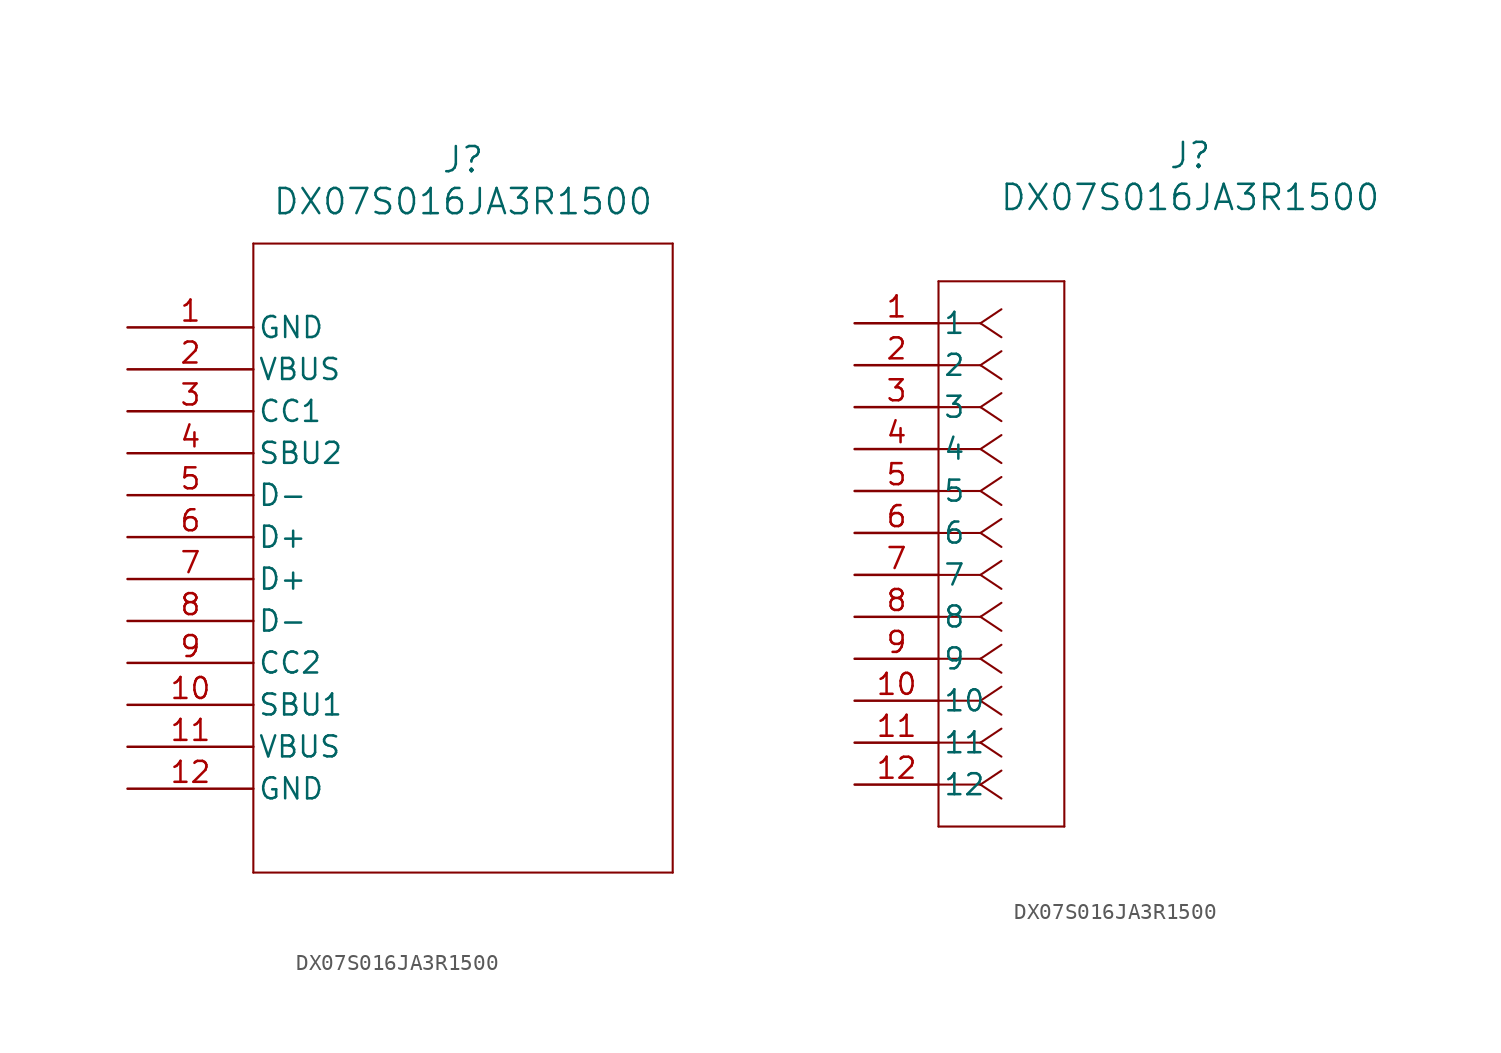
<source format=kicad_sym>
(kicad_symbol_lib
  (version 20241209)
  (generator "kicad_symbol_editor")
  (generator_version "9.0")
  (symbol "DX07S016JA3R1500"
    (pin_names
      (offset 0.254))
    (property "Reference" "J"
      (at 20.32 10.16 0)
      (effects (font (size 1.524 1.524))))
    (property "Value" "DX07S016JA3R1500"
      (at 20.32 7.62 0)
      (effects (font (size 1.524 1.524))))
    (property "ki_locked" ""
      (at 0 0 0)
      (effects (font (size 1.27 1.27))))
    (symbol "DX07S016JA3R1500_1_1"
      (polyline (pts (xy 7.62 5.08) (xy 7.62 -33.02)) (stroke (width 0.127) (type default)) (fill (type none)))
      (polyline (pts (xy 7.62 -33.02) (xy 33.02 -33.02)) (stroke (width 0.127) (type default)) (fill (type none)))
      (polyline (pts (xy 33.02 5.08) (xy 7.62 5.08)) (stroke (width 0.127) (type default)) (fill (type none)))
      (polyline (pts (xy 33.02 -33.02) (xy 33.02 5.08)) (stroke (width 0.127) (type default)) (fill (type none)))
      (pin power_out line (at 0 0 0) (length 7.62) (name "GND" (effects (font (size 1.27 1.27)))) (number "1" (effects (font (size 1.27 1.27)))))
      (pin power_in line (at 0 -2.54 0) (length 7.62) (name "VBUS" (effects (font (size 1.27 1.27)))) (number "2" (effects (font (size 1.27 1.27)))))
      (pin bidirectional line (at 0 -5.08 0) (length 7.62) (name "CC1" (effects (font (size 1.27 1.27)))) (number "3" (effects (font (size 1.27 1.27)))))
      (pin bidirectional line (at 0 -7.62 0) (length 7.62) (name "SBU2" (effects (font (size 1.27 1.27)))) (number "4" (effects (font (size 1.27 1.27)))))
      (pin bidirectional line (at 0 -10.16 0) (length 7.62) (name "D-" (effects (font (size 1.27 1.27)))) (number "5" (effects (font (size 1.27 1.27)))))
      (pin bidirectional line (at 0 -12.7 0) (length 7.62) (name "D+" (effects (font (size 1.27 1.27)))) (number "6" (effects (font (size 1.27 1.27)))))
      (pin bidirectional line (at 0 -15.24 0) (length 7.62) (name "D+" (effects (font (size 1.27 1.27)))) (number "7" (effects (font (size 1.27 1.27)))))
      (pin bidirectional line (at 0 -17.78 0) (length 7.62) (name "D-" (effects (font (size 1.27 1.27)))) (number "8" (effects (font (size 1.27 1.27)))))
      (pin bidirectional line (at 0 -20.32 0) (length 7.62) (name "CC2" (effects (font (size 1.27 1.27)))) (number "9" (effects (font (size 1.27 1.27)))))
      (pin bidirectional line (at 0 -22.86 0) (length 7.62) (name "SBU1" (effects (font (size 1.27 1.27)))) (number "10" (effects (font (size 1.27 1.27)))))
      (pin power_in line (at 0 -25.4 0) (length 7.62) (name "VBUS" (effects (font (size 1.27 1.27)))) (number "11" (effects (font (size 1.27 1.27)))))
      (pin power_out line (at 0 -27.94 0) (length 7.62) (name "GND" (effects (font (size 1.27 1.27)))) (number "12" (effects (font (size 1.27 1.27))))))
    (symbol "DX07S016JA3R1500_1_2"
      (polyline (pts (xy 5.08 2.54) (xy 5.08 -30.48)) (stroke (width 0.127) (type default)) (fill (type none)))
      (polyline (pts (xy 5.08 -30.48) (xy 12.7 -30.48)) (stroke (width 0.127) (type default)) (fill (type none)))
      (polyline (pts (xy 7.62 0) (xy 5.08 0)) (stroke (width 0.127) (type default)) (fill (type none)))
      (polyline (pts (xy 7.62 0) (xy 8.89 0.847)) (stroke (width 0.127) (type default)) (fill (type none)))
      (polyline (pts (xy 7.62 0) (xy 8.89 -0.847)) (stroke (width 0.127) (type default)) (fill (type none)))
      (polyline (pts (xy 7.62 -2.54) (xy 5.08 -2.54)) (stroke (width 0.127) (type default)) (fill (type none)))
      (polyline (pts (xy 7.62 -2.54) (xy 8.89 -1.693)) (stroke (width 0.127) (type default)) (fill (type none)))
      (polyline (pts (xy 7.62 -2.54) (xy 8.89 -3.387)) (stroke (width 0.127) (type default)) (fill (type none)))
      (polyline (pts (xy 7.62 -5.08) (xy 5.08 -5.08)) (stroke (width 0.127) (type default)) (fill (type none)))
      (polyline (pts (xy 7.62 -5.08) (xy 8.89 -4.233)) (stroke (width 0.127) (type default)) (fill (type none)))
      (polyline (pts (xy 7.62 -5.08) (xy 8.89 -5.927)) (stroke (width 0.127) (type default)) (fill (type none)))
      (polyline (pts (xy 7.62 -7.62) (xy 5.08 -7.62)) (stroke (width 0.127) (type default)) (fill (type none)))
      (polyline (pts (xy 7.62 -7.62) (xy 8.89 -6.773)) (stroke (width 0.127) (type default)) (fill (type none)))
      (polyline (pts (xy 7.62 -7.62) (xy 8.89 -8.467)) (stroke (width 0.127) (type default)) (fill (type none)))
      (polyline (pts (xy 7.62 -10.16) (xy 5.08 -10.16)) (stroke (width 0.127) (type default)) (fill (type none)))
      (polyline (pts (xy 7.62 -10.16) (xy 8.89 -9.313)) (stroke (width 0.127) (type default)) (fill (type none)))
      (polyline (pts (xy 7.62 -10.16) (xy 8.89 -11.007)) (stroke (width 0.127) (type default)) (fill (type none)))
      (polyline (pts (xy 7.62 -12.7) (xy 5.08 -12.7)) (stroke (width 0.127) (type default)) (fill (type none)))
      (polyline (pts (xy 7.62 -12.7) (xy 8.89 -11.853)) (stroke (width 0.127) (type default)) (fill (type none)))
      (polyline (pts (xy 7.62 -12.7) (xy 8.89 -13.547)) (stroke (width 0.127) (type default)) (fill (type none)))
      (polyline (pts (xy 7.62 -15.24) (xy 5.08 -15.24)) (stroke (width 0.127) (type default)) (fill (type none)))
      (polyline (pts (xy 7.62 -15.24) (xy 8.89 -14.393)) (stroke (width 0.127) (type default)) (fill (type none)))
      (polyline (pts (xy 7.62 -15.24) (xy 8.89 -16.087)) (stroke (width 0.127) (type default)) (fill (type none)))
      (polyline (pts (xy 7.62 -17.78) (xy 5.08 -17.78)) (stroke (width 0.127) (type default)) (fill (type none)))
      (polyline (pts (xy 7.62 -17.78) (xy 8.89 -16.933)) (stroke (width 0.127) (type default)) (fill (type none)))
      (polyline (pts (xy 7.62 -17.78) (xy 8.89 -18.627)) (stroke (width 0.127) (type default)) (fill (type none)))
      (polyline (pts (xy 7.62 -20.32) (xy 5.08 -20.32)) (stroke (width 0.127) (type default)) (fill (type none)))
      (polyline (pts (xy 7.62 -20.32) (xy 8.89 -19.473)) (stroke (width 0.127) (type default)) (fill (type none)))
      (polyline (pts (xy 7.62 -20.32) (xy 8.89 -21.167)) (stroke (width 0.127) (type default)) (fill (type none)))
      (polyline (pts (xy 7.62 -22.86) (xy 5.08 -22.86)) (stroke (width 0.127) (type default)) (fill (type none)))
      (polyline (pts (xy 7.62 -22.86) (xy 8.89 -22.013)) (stroke (width 0.127) (type default)) (fill (type none)))
      (polyline (pts (xy 7.62 -22.86) (xy 8.89 -23.707)) (stroke (width 0.127) (type default)) (fill (type none)))
      (polyline (pts (xy 7.62 -25.4) (xy 5.08 -25.4)) (stroke (width 0.127) (type default)) (fill (type none)))
      (polyline (pts (xy 7.62 -25.4) (xy 8.89 -24.553)) (stroke (width 0.127) (type default)) (fill (type none)))
      (polyline (pts (xy 7.62 -25.4) (xy 8.89 -26.247)) (stroke (width 0.127) (type default)) (fill (type none)))
      (polyline (pts (xy 7.62 -27.94) (xy 5.08 -27.94)) (stroke (width 0.127) (type default)) (fill (type none)))
      (polyline (pts (xy 7.62 -27.94) (xy 8.89 -27.093)) (stroke (width 0.127) (type default)) (fill (type none)))
      (polyline (pts (xy 7.62 -27.94) (xy 8.89 -28.787)) (stroke (width 0.127) (type default)) (fill (type none)))
      (polyline (pts (xy 12.7 2.54) (xy 5.08 2.54)) (stroke (width 0.127) (type default)) (fill (type none)))
      (polyline (pts (xy 12.7 -30.48) (xy 12.7 2.54)) (stroke (width 0.127) (type default)) (fill (type none)))
      (pin power_out line (at 0 0 0) (length 5.08) (name "1" (effects (font (size 1.27 1.27)))) (number "1" (effects (font (size 1.27 1.27)))))
      (pin power_in line (at 0 -2.54 0) (length 5.08) (name "2" (effects (font (size 1.27 1.27)))) (number "2" (effects (font (size 1.27 1.27)))))
      (pin bidirectional line (at 0 -5.08 0) (length 5.08) (name "3" (effects (font (size 1.27 1.27)))) (number "3" (effects (font (size 1.27 1.27)))))
      (pin bidirectional line (at 0 -7.62 0) (length 5.08) (name "4" (effects (font (size 1.27 1.27)))) (number "4" (effects (font (size 1.27 1.27)))))
      (pin bidirectional line (at 0 -10.16 0) (length 5.08) (name "5" (effects (font (size 1.27 1.27)))) (number "5" (effects (font (size 1.27 1.27)))))
      (pin bidirectional line (at 0 -12.7 0) (length 5.08) (name "6" (effects (font (size 1.27 1.27)))) (number "6" (effects (font (size 1.27 1.27)))))
      (pin bidirectional line (at 0 -15.24 0) (length 5.08) (name "7" (effects (font (size 1.27 1.27)))) (number "7" (effects (font (size 1.27 1.27)))))
      (pin bidirectional line (at 0 -17.78 0) (length 5.08) (name "8" (effects (font (size 1.27 1.27)))) (number "8" (effects (font (size 1.27 1.27)))))
      (pin bidirectional line (at 0 -20.32 0) (length 5.08) (name "9" (effects (font (size 1.27 1.27)))) (number "9" (effects (font (size 1.27 1.27)))))
      (pin bidirectional line (at 0 -22.86 0) (length 5.08) (name "10" (effects (font (size 1.27 1.27)))) (number "10" (effects (font (size 1.27 1.27)))))
      (pin power_in line (at 0 -25.4 0) (length 5.08) (name "11" (effects (font (size 1.27 1.27)))) (number "11" (effects (font (size 1.27 1.27)))))
      (pin power_out line (at 0 -27.94 0) (length 5.08) (name "12" (effects (font (size 1.27 1.27)))) (number "12" (effects (font (size 1.27 1.27))))))))
</source>
